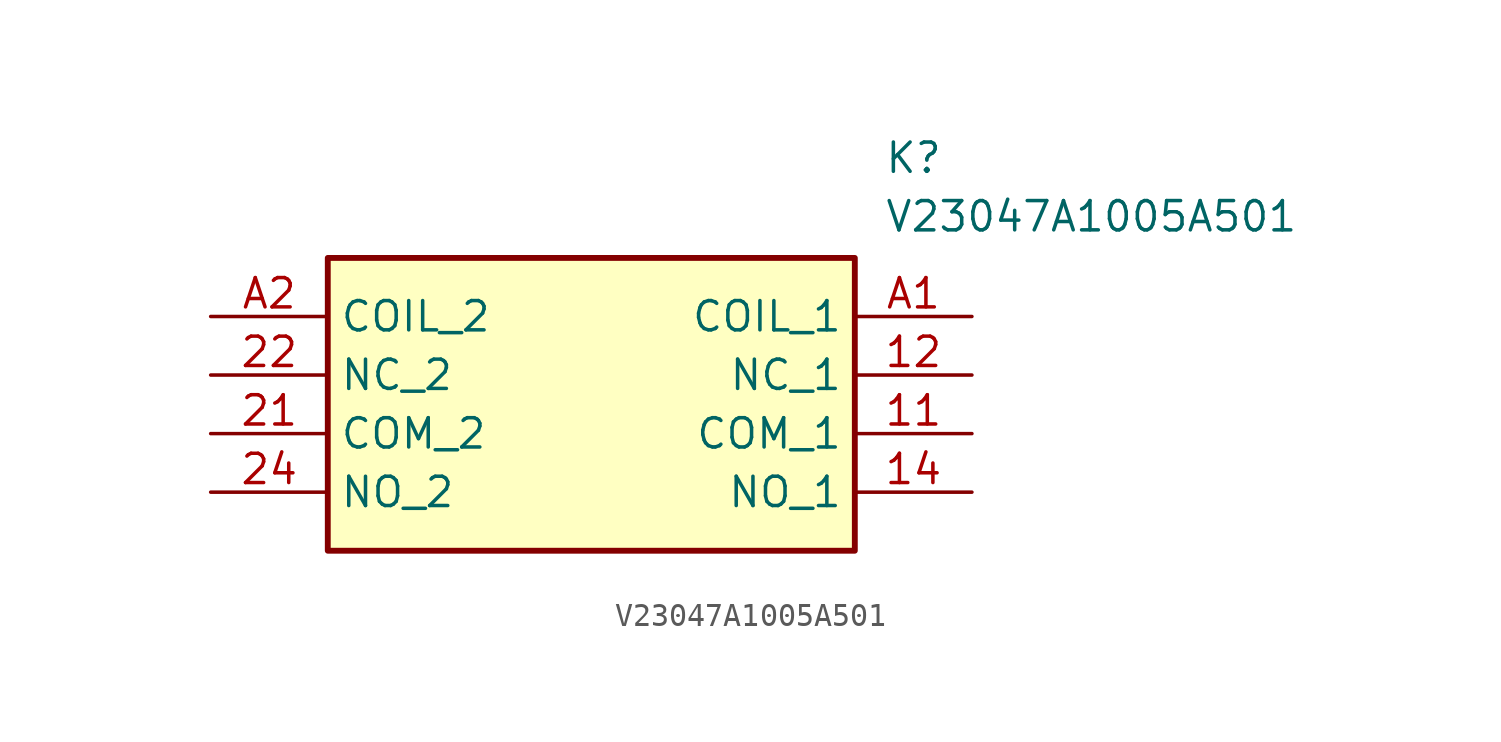
<source format=kicad_sym>
(kicad_symbol_lib
  (version 20211014)
  (generator SamacSys_ECAD_Model)
  (symbol "V23047A1005A501"
    (property "Reference" "K"
      (at 29.21 7.62 0)
      (effects (font (size 1.27 1.27)) (justify left top)))
    (property "Value" "V23047A1005A501"
      (at 29.21 5.08 0)
      (effects (font (size 1.27 1.27)) (justify left top)))
    (rectangle
      (start 5.08 2.54)
      (end 27.94 -10.16)
      (stroke (width 0.254) (type default))
      (fill (type background)))
    (pin passive line
      (at 33.02 -5.08 180)
      (length 5.08)
      (name "COM_1" (effects (font (size 1.27 1.27))))
      (number "11" (effects (font (size 1.27 1.27)))))
    (pin passive line
      (at 33.02 -2.54 180)
      (length 5.08)
      (name "NC_1" (effects (font (size 1.27 1.27))))
      (number "12" (effects (font (size 1.27 1.27)))))
    (pin passive line
      (at 33.02 -7.62 180)
      (length 5.08)
      (name "NO_1" (effects (font (size 1.27 1.27))))
      (number "14" (effects (font (size 1.27 1.27)))))
    (pin passive line
      (at 0 -5.08 0)
      (length 5.08)
      (name "COM_2" (effects (font (size 1.27 1.27))))
      (number "21" (effects (font (size 1.27 1.27)))))
    (pin passive line
      (at 0 -2.54 0)
      (length 5.08)
      (name "NC_2" (effects (font (size 1.27 1.27))))
      (number "22" (effects (font (size 1.27 1.27)))))
    (pin passive line
      (at 0 -7.62 0)
      (length 5.08)
      (name "NO_2" (effects (font (size 1.27 1.27))))
      (number "24" (effects (font (size 1.27 1.27)))))
    (pin passive line
      (at 33.02 0 180)
      (length 5.08)
      (name "COIL_1" (effects (font (size 1.27 1.27))))
      (number "A1" (effects (font (size 1.27 1.27)))))
    (pin passive line
      (at 0 0 0)
      (length 5.08)
      (name "COIL_2" (effects (font (size 1.27 1.27))))
      (number "A2" (effects (font (size 1.27 1.27)))))))
</source>
